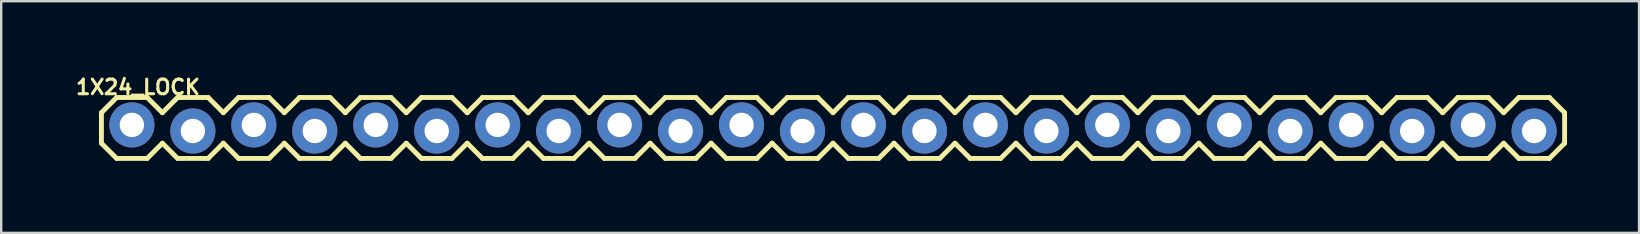
<source format=kicad_pcb>
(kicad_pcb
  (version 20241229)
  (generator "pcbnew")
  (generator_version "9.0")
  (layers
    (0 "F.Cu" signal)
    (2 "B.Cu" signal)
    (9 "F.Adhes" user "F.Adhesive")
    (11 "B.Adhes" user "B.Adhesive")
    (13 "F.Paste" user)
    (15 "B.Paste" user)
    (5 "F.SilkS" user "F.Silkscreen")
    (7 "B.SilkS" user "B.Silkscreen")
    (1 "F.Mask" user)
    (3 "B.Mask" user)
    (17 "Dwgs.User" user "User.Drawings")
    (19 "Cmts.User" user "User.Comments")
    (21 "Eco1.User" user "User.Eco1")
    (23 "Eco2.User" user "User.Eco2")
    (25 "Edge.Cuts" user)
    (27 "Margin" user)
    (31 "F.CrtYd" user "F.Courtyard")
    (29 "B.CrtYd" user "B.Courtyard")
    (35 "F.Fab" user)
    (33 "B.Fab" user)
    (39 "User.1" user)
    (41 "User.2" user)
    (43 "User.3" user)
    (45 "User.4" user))
  (footprint "1X24_LOCK"
    (layer "F.Cu")
    (at 29.115 2.281)
    (property "Reference" "1X24_LOCK" (at -26.416 -1.702 0) (layer "F.SilkS") (effects (font (size 0.61 0.61) (thickness 0.127))))
    (attr exclude_from_pos_files exclude_from_bom)
    (fp_line (start -27.94 -0.635) (end -27.94 0.635) (stroke (width 0.203) (type solid)) (layer "F.SilkS"))
    (fp_line (start -27.94 -0.635) (end -27.305 -1.27) (stroke (width 0.203) (type solid)) (layer "F.SilkS"))
    (fp_line (start -27.305 -1.27) (end -26.035 -1.27) (stroke (width 0.203) (type solid)) (layer "F.SilkS"))
    (fp_line (start -27.305 1.27) (end -27.94 0.635) (stroke (width 0.203) (type solid)) (layer "F.SilkS"))
    (fp_line (start -26.035 -1.27) (end -25.4 -0.635) (stroke (width 0.203) (type solid)) (layer "F.SilkS"))
    (fp_line (start -26.035 1.27) (end -27.305 1.27) (stroke (width 0.203) (type solid)) (layer "F.SilkS"))
    (fp_line (start -25.4 -0.635) (end -24.765 -1.27) (stroke (width 0.203) (type solid)) (layer "F.SilkS"))
    (fp_line (start -25.4 0.635) (end -26.035 1.27) (stroke (width 0.203) (type solid)) (layer "F.SilkS"))
    (fp_line (start -24.765 -1.27) (end -23.495 -1.27) (stroke (width 0.203) (type solid)) (layer "F.SilkS"))
    (fp_line (start -24.765 1.27) (end -25.4 0.635) (stroke (width 0.203) (type solid)) (layer "F.SilkS"))
    (fp_line (start -23.495 -1.27) (end -22.86 -0.635) (stroke (width 0.203) (type solid)) (layer "F.SilkS"))
    (fp_line (start -23.495 1.27) (end -24.765 1.27) (stroke (width 0.203) (type solid)) (layer "F.SilkS"))
    (fp_line (start -22.86 0.635) (end -23.495 1.27) (stroke (width 0.203) (type solid)) (layer "F.SilkS"))
    (fp_line (start -22.86 0.635) (end -22.225 1.27) (stroke (width 0.203) (type solid)) (layer "F.SilkS"))
    (fp_line (start -22.225 -1.27) (end -22.86 -0.635) (stroke (width 0.203) (type solid)) (layer "F.SilkS"))
    (fp_line (start -22.225 -1.27) (end -20.955 -1.27) (stroke (width 0.203) (type solid)) (layer "F.SilkS"))
    (fp_line (start -20.955 -1.27) (end -20.32 -0.635) (stroke (width 0.203) (type solid)) (layer "F.SilkS"))
    (fp_line (start -20.955 1.27) (end -22.225 1.27) (stroke (width 0.203) (type solid)) (layer "F.SilkS"))
    (fp_line (start -20.32 -0.635) (end -19.685 -1.27) (stroke (width 0.203) (type solid)) (layer "F.SilkS"))
    (fp_line (start -20.32 0.635) (end -20.955 1.27) (stroke (width 0.203) (type solid)) (layer "F.SilkS"))
    (fp_line (start -19.685 -1.27) (end -18.415 -1.27) (stroke (width 0.203) (type solid)) (layer "F.SilkS"))
    (fp_line (start -19.685 1.27) (end -20.32 0.635) (stroke (width 0.203) (type solid)) (layer "F.SilkS"))
    (fp_line (start -18.415 -1.27) (end -17.78 -0.635) (stroke (width 0.203) (type solid)) (layer "F.SilkS"))
    (fp_line (start -18.415 1.27) (end -19.685 1.27) (stroke (width 0.203) (type solid)) (layer "F.SilkS"))
    (fp_line (start -17.78 -0.635) (end -17.145 -1.27) (stroke (width 0.203) (type solid)) (layer "F.SilkS"))
    (fp_line (start -17.78 0.635) (end -18.415 1.27) (stroke (width 0.203) (type solid)) (layer "F.SilkS"))
    (fp_line (start -17.145 -1.27) (end -15.875 -1.27) (stroke (width 0.203) (type solid)) (layer "F.SilkS"))
    (fp_line (start -17.145 1.27) (end -17.78 0.635) (stroke (width 0.203) (type solid)) (layer "F.SilkS"))
    (fp_line (start -15.875 -1.27) (end -15.24 -0.635) (stroke (width 0.203) (type solid)) (layer "F.SilkS"))
    (fp_line (start -15.875 1.27) (end -17.145 1.27) (stroke (width 0.203) (type solid)) (layer "F.SilkS"))
    (fp_line (start -15.24 0.635) (end -15.875 1.27) (stroke (width 0.203) (type solid)) (layer "F.SilkS"))
    (fp_line (start -15.24 0.635) (end -14.605 1.27) (stroke (width 0.203) (type solid)) (layer "F.SilkS"))
    (fp_line (start -14.605 -1.27) (end -15.24 -0.635) (stroke (width 0.203) (type solid)) (layer "F.SilkS"))
    (fp_line (start -14.605 -1.27) (end -13.335 -1.27) (stroke (width 0.203) (type solid)) (layer "F.SilkS"))
    (fp_line (start -13.335 -1.27) (end -12.7 -0.635) (stroke (width 0.203) (type solid)) (layer "F.SilkS"))
    (fp_line (start -13.335 1.27) (end -14.605 1.27) (stroke (width 0.203) (type solid)) (layer "F.SilkS"))
    (fp_line (start -12.7 0.635) (end -13.335 1.27) (stroke (width 0.203) (type solid)) (layer "F.SilkS"))
    (fp_line (start -12.7 0.635) (end -12.065 1.27) (stroke (width 0.203) (type solid)) (layer "F.SilkS"))
    (fp_line (start -12.065 -1.27) (end -12.7 -0.635) (stroke (width 0.203) (type solid)) (layer "F.SilkS"))
    (fp_line (start -12.065 -1.27) (end -10.795 -1.27) (stroke (width 0.203) (type solid)) (layer "F.SilkS"))
    (fp_line (start -10.795 -1.27) (end -10.16 -0.635) (stroke (width 0.203) (type solid)) (layer "F.SilkS"))
    (fp_line (start -10.795 1.27) (end -12.065 1.27) (stroke (width 0.203) (type solid)) (layer "F.SilkS"))
    (fp_line (start -10.16 -0.635) (end -9.525 -1.27) (stroke (width 0.203) (type solid)) (layer "F.SilkS"))
    (fp_line (start -10.16 0.635) (end -10.795 1.27) (stroke (width 0.203) (type solid)) (layer "F.SilkS"))
    (fp_line (start -9.525 -1.27) (end -8.255 -1.27) (stroke (width 0.203) (type solid)) (layer "F.SilkS"))
    (fp_line (start -9.525 1.27) (end -10.16 0.635) (stroke (width 0.203) (type solid)) (layer "F.SilkS"))
    (fp_line (start -8.255 -1.27) (end -7.62 -0.635) (stroke (width 0.203) (type solid)) (layer "F.SilkS"))
    (fp_line (start -8.255 1.27) (end -9.525 1.27) (stroke (width 0.203) (type solid)) (layer "F.SilkS"))
    (fp_line (start -7.62 -0.635) (end -6.985 -1.27) (stroke (width 0.203) (type solid)) (layer "F.SilkS"))
    (fp_line (start -7.62 0.635) (end -8.255 1.27) (stroke (width 0.203) (type solid)) (layer "F.SilkS"))
    (fp_line (start -6.985 -1.27) (end -5.715 -1.27) (stroke (width 0.203) (type solid)) (layer "F.SilkS"))
    (fp_line (start -6.985 1.27) (end -7.62 0.635) (stroke (width 0.203) (type solid)) (layer "F.SilkS"))
    (fp_line (start -5.715 -1.27) (end -5.08 -0.635) (stroke (width 0.203) (type solid)) (layer "F.SilkS"))
    (fp_line (start -5.715 1.27) (end -6.985 1.27) (stroke (width 0.203) (type solid)) (layer "F.SilkS"))
    (fp_line (start -5.08 0.635) (end -5.715 1.27) (stroke (width 0.203) (type solid)) (layer "F.SilkS"))
    (fp_line (start -5.08 0.635) (end -4.445 1.27) (stroke (width 0.203) (type solid)) (layer "F.SilkS"))
    (fp_line (start -4.445 -1.27) (end -5.08 -0.635) (stroke (width 0.203) (type solid)) (layer "F.SilkS"))
    (fp_line (start -4.445 -1.27) (end -3.175 -1.27) (stroke (width 0.203) (type solid)) (layer "F.SilkS"))
    (fp_line (start -3.175 -1.27) (end -2.54 -0.635) (stroke (width 0.203) (type solid)) (layer "F.SilkS"))
    (fp_line (start -3.175 1.27) (end -4.445 1.27) (stroke (width 0.203) (type solid)) (layer "F.SilkS"))
    (fp_line (start -2.54 -0.635) (end -1.905 -1.27) (stroke (width 0.203) (type solid)) (layer "F.SilkS"))
    (fp_line (start -2.54 0.635) (end -3.175 1.27) (stroke (width 0.203) (type solid)) (layer "F.SilkS"))
    (fp_line (start -1.905 -1.27) (end -0.635 -1.27) (stroke (width 0.203) (type solid)) (layer "F.SilkS"))
    (fp_line (start -1.905 1.27) (end -2.54 0.635) (stroke (width 0.203) (type solid)) (layer "F.SilkS"))
    (fp_line (start -0.635 -1.27) (end 0 -0.635) (stroke (width 0.203) (type solid)) (layer "F.SilkS"))
    (fp_line (start -0.635 1.27) (end -1.905 1.27) (stroke (width 0.203) (type solid)) (layer "F.SilkS"))
    (fp_line (start 0 -0.635) (end 0.635 -1.27) (stroke (width 0.203) (type solid)) (layer "F.SilkS"))
    (fp_line (start 0 0.635) (end -0.635 1.27) (stroke (width 0.203) (type solid)) (layer "F.SilkS"))
    (fp_line (start 0.635 -1.27) (end 1.905 -1.27) (stroke (width 0.203) (type solid)) (layer "F.SilkS"))
    (fp_line (start 0.635 1.27) (end 0 0.635) (stroke (width 0.203) (type solid)) (layer "F.SilkS"))
    (fp_line (start 1.905 -1.27) (end 2.54 -0.635) (stroke (width 0.203) (type solid)) (layer "F.SilkS"))
    (fp_line (start 1.905 1.27) (end 0.635 1.27) (stroke (width 0.203) (type solid)) (layer "F.SilkS"))
    (fp_line (start 2.54 0.635) (end 1.905 1.27) (stroke (width 0.203) (type solid)) (layer "F.SilkS"))
    (fp_line (start 2.54 0.635) (end 3.175 1.27) (stroke (width 0.203) (type solid)) (layer "F.SilkS"))
    (fp_line (start 3.175 -1.27) (end 2.54 -0.635) (stroke (width 0.203) (type solid)) (layer "F.SilkS"))
    (fp_line (start 3.175 -1.27) (end 4.445 -1.27) (stroke (width 0.203) (type solid)) (layer "F.SilkS"))
    (fp_line (start 4.445 -1.27) (end 5.08 -0.635) (stroke (width 0.203) (type solid)) (layer "F.SilkS"))
    (fp_line (start 4.445 1.27) (end 3.175 1.27) (stroke (width 0.203) (type solid)) (layer "F.SilkS"))
    (fp_line (start 5.08 0.635) (end 4.445 1.27) (stroke (width 0.203) (type solid)) (layer "F.SilkS"))
    (fp_line (start 5.08 0.635) (end 5.715 1.27) (stroke (width 0.203) (type solid)) (layer "F.SilkS"))
    (fp_line (start 5.715 -1.27) (end 5.08 -0.635) (stroke (width 0.203) (type solid)) (layer "F.SilkS"))
    (fp_line (start 5.715 -1.27) (end 6.985 -1.27) (stroke (width 0.203) (type solid)) (layer "F.SilkS"))
    (fp_line (start 6.985 -1.27) (end 7.62 -0.635) (stroke (width 0.203) (type solid)) (layer "F.SilkS"))
    (fp_line (start 6.985 1.27) (end 5.715 1.27) (stroke (width 0.203) (type solid)) (layer "F.SilkS"))
    (fp_line (start 7.62 0.635) (end 6.985 1.27) (stroke (width 0.203) (type solid)) (layer "F.SilkS"))
    (fp_line (start 7.62 0.635) (end 8.255 1.27) (stroke (width 0.203) (type solid)) (layer "F.SilkS"))
    (fp_line (start 8.255 -1.27) (end 7.62 -0.635) (stroke (width 0.203) (type solid)) (layer "F.SilkS"))
    (fp_line (start 8.255 -1.27) (end 9.525 -1.27) (stroke (width 0.203) (type solid)) (layer "F.SilkS"))
    (fp_line (start 9.525 -1.27) (end 10.16 -0.635) (stroke (width 0.203) (type solid)) (layer "F.SilkS"))
    (fp_line (start 9.525 1.27) (end 8.255 1.27) (stroke (width 0.203) (type solid)) (layer "F.SilkS"))
    (fp_line (start 10.16 0.635) (end 9.525 1.27) (stroke (width 0.203) (type solid)) (layer "F.SilkS"))
    (fp_line (start 10.16 0.635) (end 10.795 1.27) (stroke (width 0.203) (type solid)) (layer "F.SilkS"))
    (fp_line (start 10.795 -1.27) (end 10.16 -0.635) (stroke (width 0.203) (type solid)) (layer "F.SilkS"))
    (fp_line (start 10.795 -1.27) (end 12.065 -1.27) (stroke (width 0.203) (type solid)) (layer "F.SilkS"))
    (fp_line (start 12.065 -1.27) (end 12.7 -0.635) (stroke (width 0.203) (type solid)) (layer "F.SilkS"))
    (fp_line (start 12.065 1.27) (end 10.795 1.27) (stroke (width 0.203) (type solid)) (layer "F.SilkS"))
    (fp_line (start 12.7 0.635) (end 12.065 1.27) (stroke (width 0.203) (type solid)) (layer "F.SilkS"))
    (fp_line (start 12.7 0.635) (end 13.335 1.27) (stroke (width 0.203) (type solid)) (layer "F.SilkS"))
    (fp_line (start 13.335 -1.27) (end 12.7 -0.635) (stroke (width 0.203) (type solid)) (layer "F.SilkS"))
    (fp_line (start 13.335 -1.27) (end 14.605 -1.27) (stroke (width 0.203) (type solid)) (layer "F.SilkS"))
    (fp_line (start 14.605 -1.27) (end 15.24 -0.635) (stroke (width 0.203) (type solid)) (layer "F.SilkS"))
    (fp_line (start 14.605 1.27) (end 13.335 1.27) (stroke (width 0.203) (type solid)) (layer "F.SilkS"))
    (fp_line (start 15.24 0.635) (end 14.605 1.27) (stroke (width 0.203) (type solid)) (layer "F.SilkS"))
    (fp_line (start 15.24 0.635) (end 15.875 1.27) (stroke (width 0.203) (type solid)) (layer "F.SilkS"))
    (fp_line (start 15.875 -1.27) (end 15.24 -0.635) (stroke (width 0.203) (type solid)) (layer "F.SilkS"))
    (fp_line (start 15.875 -1.27) (end 17.145 -1.27) (stroke (width 0.203) (type solid)) (layer "F.SilkS"))
    (fp_line (start 17.145 -1.27) (end 17.78 -0.635) (stroke (width 0.203) (type solid)) (layer "F.SilkS"))
    (fp_line (start 17.145 1.27) (end 15.875 1.27) (stroke (width 0.203) (type solid)) (layer "F.SilkS"))
    (fp_line (start 17.78 0.635) (end 17.145 1.27) (stroke (width 0.203) (type solid)) (layer "F.SilkS"))
    (fp_line (start 17.78 0.635) (end 18.415 1.27) (stroke (width 0.203) (type solid)) (layer "F.SilkS"))
    (fp_line (start 18.415 -1.27) (end 17.78 -0.635) (stroke (width 0.203) (type solid)) (layer "F.SilkS"))
    (fp_line (start 18.415 -1.27) (end 19.685 -1.27) (stroke (width 0.203) (type solid)) (layer "F.SilkS"))
    (fp_line (start 19.685 -1.27) (end 20.32 -0.635) (stroke (width 0.203) (type solid)) (layer "F.SilkS"))
    (fp_line (start 19.685 1.27) (end 18.415 1.27) (stroke (width 0.203) (type solid)) (layer "F.SilkS"))
    (fp_line (start 20.32 0.635) (end 19.685 1.27) (stroke (width 0.203) (type solid)) (layer "F.SilkS"))
    (fp_line (start 20.32 0.635) (end 20.955 1.27) (stroke (width 0.203) (type solid)) (layer "F.SilkS"))
    (fp_line (start 20.955 -1.27) (end 20.32 -0.635) (stroke (width 0.203) (type solid)) (layer "F.SilkS"))
    (fp_line (start 20.955 -1.27) (end 22.225 -1.27) (stroke (width 0.203) (type solid)) (layer "F.SilkS"))
    (fp_line (start 22.225 -1.27) (end 22.86 -0.635) (stroke (width 0.203) (type solid)) (layer "F.SilkS"))
    (fp_line (start 22.225 1.27) (end 20.955 1.27) (stroke (width 0.203) (type solid)) (layer "F.SilkS"))
    (fp_line (start 22.86 0.635) (end 22.225 1.27) (stroke (width 0.203) (type solid)) (layer "F.SilkS"))
    (fp_line (start 22.86 0.635) (end 23.495 1.27) (stroke (width 0.203) (type solid)) (layer "F.SilkS"))
    (fp_line (start 23.495 -1.27) (end 22.86 -0.635) (stroke (width 0.203) (type solid)) (layer "F.SilkS"))
    (fp_line (start 23.495 -1.27) (end 24.765 -1.27) (stroke (width 0.203) (type solid)) (layer "F.SilkS"))
    (fp_line (start 24.765 -1.27) (end 25.4 -0.635) (stroke (width 0.203) (type solid)) (layer "F.SilkS"))
    (fp_line (start 24.765 1.27) (end 23.495 1.27) (stroke (width 0.203) (type solid)) (layer "F.SilkS"))
    (fp_line (start 25.4 0.635) (end 24.765 1.27) (stroke (width 0.203) (type solid)) (layer "F.SilkS"))
    (fp_line (start 25.4 0.635) (end 26.035 1.27) (stroke (width 0.203) (type solid)) (layer "F.SilkS"))
    (fp_line (start 26.035 -1.27) (end 25.4 -0.635) (stroke (width 0.203) (type solid)) (layer "F.SilkS"))
    (fp_line (start 26.035 -1.27) (end 27.305 -1.27) (stroke (width 0.203) (type solid)) (layer "F.SilkS"))
    (fp_line (start 27.305 -1.27) (end 27.94 -0.635) (stroke (width 0.203) (type solid)) (layer "F.SilkS"))
    (fp_line (start 27.305 1.27) (end 26.035 1.27) (stroke (width 0.203) (type solid)) (layer "F.SilkS"))
    (fp_line (start 27.94 0.635) (end 27.305 1.27) (stroke (width 0.203) (type solid)) (layer "F.SilkS"))
    (fp_line (start 27.94 0.635) (end 28.575 1.27) (stroke (width 0.203) (type solid)) (layer "F.SilkS"))
    (fp_line (start 28.575 -1.27) (end 27.94 -0.635) (stroke (width 0.203) (type solid)) (layer "F.SilkS"))
    (fp_line (start 28.575 -1.27) (end 29.845 -1.27) (stroke (width 0.203) (type solid)) (layer "F.SilkS"))
    (fp_line (start 29.845 -1.27) (end 30.48 -0.635) (stroke (width 0.203) (type solid)) (layer "F.SilkS"))
    (fp_line (start 29.845 1.27) (end 28.575 1.27) (stroke (width 0.203) (type solid)) (layer "F.SilkS"))
    (fp_line (start 30.48 0.635) (end 29.845 1.27) (stroke (width 0.203) (type solid)) (layer "F.SilkS"))
    (fp_line (start 30.48 0.635) (end 31.115 1.27) (stroke (width 0.203) (type solid)) (layer "F.SilkS"))
    (fp_line (start 31.115 -1.27) (end 30.48 -0.635) (stroke (width 0.203) (type solid)) (layer "F.SilkS"))
    (fp_line (start 31.115 -1.27) (end 32.385 -1.27) (stroke (width 0.203) (type solid)) (layer "F.SilkS"))
    (fp_line (start 32.385 -1.27) (end 33.02 -0.635) (stroke (width 0.203) (type solid)) (layer "F.SilkS"))
    (fp_line (start 32.385 1.27) (end 31.115 1.27) (stroke (width 0.203) (type solid)) (layer "F.SilkS"))
    (fp_line (start 33.02 -0.635) (end 33.02 0.635) (stroke (width 0.203) (type solid)) (layer "F.SilkS"))
    (fp_line (start 33.02 0.635) (end 32.385 1.27) (stroke (width 0.203) (type solid)) (layer "F.SilkS"))
    (fp_line (start -26.924 -0.254) (end -26.416 -0.254) (stroke (width 0.066) (type solid)) (layer "Dwgs.User"))
    (fp_line (start -26.924 0.254) (end -26.924 -0.254) (stroke (width 0.066) (type solid)) (layer "Dwgs.User"))
    (fp_line (start -26.924 0.254) (end -26.416 0.254) (stroke (width 0.066) (type solid)) (layer "Dwgs.User"))
    (fp_line (start -26.416 0.254) (end -26.416 -0.254) (stroke (width 0.066) (type solid)) (layer "Dwgs.User"))
    (fp_line (start -24.384 -0.254) (end -23.876 -0.254) (stroke (width 0.066) (type solid)) (layer "Dwgs.User"))
    (fp_line (start -24.384 0.254) (end -24.384 -0.254) (stroke (width 0.066) (type solid)) (layer "Dwgs.User"))
    (fp_line (start -24.384 0.254) (end -23.876 0.254) (stroke (width 0.066) (type solid)) (layer "Dwgs.User"))
    (fp_line (start -23.876 0.254) (end -23.876 -0.254) (stroke (width 0.066) (type solid)) (layer "Dwgs.User"))
    (fp_line (start -21.844 -0.254) (end -21.336 -0.254) (stroke (width 0.066) (type solid)) (layer "Dwgs.User"))
    (fp_line (start -21.844 0.254) (end -21.844 -0.254) (stroke (width 0.066) (type solid)) (layer "Dwgs.User"))
    (fp_line (start -21.844 0.254) (end -21.336 0.254) (stroke (width 0.066) (type solid)) (layer "Dwgs.User"))
    (fp_line (start -21.336 0.254) (end -21.336 -0.254) (stroke (width 0.066) (type solid)) (layer "Dwgs.User"))
    (fp_line (start -19.304 -0.254) (end -18.796 -0.254) (stroke (width 0.066) (type solid)) (layer "Dwgs.User"))
    (fp_line (start -19.304 0.254) (end -19.304 -0.254) (stroke (width 0.066) (type solid)) (layer "Dwgs.User"))
    (fp_line (start -19.304 0.254) (end -18.796 0.254) (stroke (width 0.066) (type solid)) (layer "Dwgs.User"))
    (fp_line (start -18.796 0.254) (end -18.796 -0.254) (stroke (width 0.066) (type solid)) (layer "Dwgs.User"))
    (fp_line (start -16.764 -0.254) (end -16.256 -0.254) (stroke (width 0.066) (type solid)) (layer "Dwgs.User"))
    (fp_line (start -16.764 0.254) (end -16.764 -0.254) (stroke (width 0.066) (type solid)) (layer "Dwgs.User"))
    (fp_line (start -16.764 0.254) (end -16.256 0.254) (stroke (width 0.066) (type solid)) (layer "Dwgs.User"))
    (fp_line (start -16.256 0.254) (end -16.256 -0.254) (stroke (width 0.066) (type solid)) (layer "Dwgs.User"))
    (fp_line (start -14.224 -0.254) (end -13.716 -0.254) (stroke (width 0.066) (type solid)) (layer "Dwgs.User"))
    (fp_line (start -14.224 0.254) (end -14.224 -0.254) (stroke (width 0.066) (type solid)) (layer "Dwgs.User"))
    (fp_line (start -14.224 0.254) (end -13.716 0.254) (stroke (width 0.066) (type solid)) (layer "Dwgs.User"))
    (fp_line (start -13.716 0.254) (end -13.716 -0.254) (stroke (width 0.066) (type solid)) (layer "Dwgs.User"))
    (fp_line (start -11.684 -0.254) (end -11.176 -0.254) (stroke (width 0.066) (type solid)) (layer "Dwgs.User"))
    (fp_line (start -11.684 0.254) (end -11.684 -0.254) (stroke (width 0.066) (type solid)) (layer "Dwgs.User"))
    (fp_line (start -11.684 0.254) (end -11.176 0.254) (stroke (width 0.066) (type solid)) (layer "Dwgs.User"))
    (fp_line (start -11.176 0.254) (end -11.176 -0.254) (stroke (width 0.066) (type solid)) (layer "Dwgs.User"))
    (fp_line (start -9.144 -0.254) (end -8.636 -0.254) (stroke (width 0.066) (type solid)) (layer "Dwgs.User"))
    (fp_line (start -9.144 0.254) (end -9.144 -0.254) (stroke (width 0.066) (type solid)) (layer "Dwgs.User"))
    (fp_line (start -9.144 0.254) (end -8.636 0.254) (stroke (width 0.066) (type solid)) (layer "Dwgs.User"))
    (fp_line (start -8.636 0.254) (end -8.636 -0.254) (stroke (width 0.066) (type solid)) (layer "Dwgs.User"))
    (fp_line (start -6.604 -0.254) (end -6.096 -0.254) (stroke (width 0.066) (type solid)) (layer "Dwgs.User"))
    (fp_line (start -6.604 0.254) (end -6.604 -0.254) (stroke (width 0.066) (type solid)) (layer "Dwgs.User"))
    (fp_line (start -6.604 0.254) (end -6.096 0.254) (stroke (width 0.066) (type solid)) (layer "Dwgs.User"))
    (fp_line (start -6.096 0.254) (end -6.096 -0.254) (stroke (width 0.066) (type solid)) (layer "Dwgs.User"))
    (fp_line (start -4.064 -0.254) (end -3.556 -0.254) (stroke (width 0.066) (type solid)) (layer "Dwgs.User"))
    (fp_line (start -4.064 0.254) (end -4.064 -0.254) (stroke (width 0.066) (type solid)) (layer "Dwgs.User"))
    (fp_line (start -4.064 0.254) (end -3.556 0.254) (stroke (width 0.066) (type solid)) (layer "Dwgs.User"))
    (fp_line (start -3.556 0.254) (end -3.556 -0.254) (stroke (width 0.066) (type solid)) (layer "Dwgs.User"))
    (fp_line (start -1.524 -0.254) (end -1.016 -0.254) (stroke (width 0.066) (type solid)) (layer "Dwgs.User"))
    (fp_line (start -1.524 0.254) (end -1.524 -0.254) (stroke (width 0.066) (type solid)) (layer "Dwgs.User"))
    (fp_line (start -1.524 0.254) (end -1.016 0.254) (stroke (width 0.066) (type solid)) (layer "Dwgs.User"))
    (fp_line (start -1.016 0.254) (end -1.016 -0.254) (stroke (width 0.066) (type solid)) (layer "Dwgs.User"))
    (fp_line (start 1.016 -0.254) (end 1.524 -0.254) (stroke (width 0.066) (type solid)) (layer "Dwgs.User"))
    (fp_line (start 1.016 0.254) (end 1.016 -0.254) (stroke (width 0.066) (type solid)) (layer "Dwgs.User"))
    (fp_line (start 1.016 0.254) (end 1.524 0.254) (stroke (width 0.066) (type solid)) (layer "Dwgs.User"))
    (fp_line (start 1.524 0.254) (end 1.524 -0.254) (stroke (width 0.066) (type solid)) (layer "Dwgs.User"))
    (fp_line (start 3.556 -0.254) (end 4.064 -0.254) (stroke (width 0.066) (type solid)) (layer "Dwgs.User"))
    (fp_line (start 3.556 0.254) (end 3.556 -0.254) (stroke (width 0.066) (type solid)) (layer "Dwgs.User"))
    (fp_line (start 3.556 0.254) (end 4.064 0.254) (stroke (width 0.066) (type solid)) (layer "Dwgs.User"))
    (fp_line (start 4.064 0.254) (end 4.064 -0.254) (stroke (width 0.066) (type solid)) (layer "Dwgs.User"))
    (fp_line (start 6.096 -0.254) (end 6.604 -0.254) (stroke (width 0.066) (type solid)) (layer "Dwgs.User"))
    (fp_line (start 6.096 0.254) (end 6.096 -0.254) (stroke (width 0.066) (type solid)) (layer "Dwgs.User"))
    (fp_line (start 6.096 0.254) (end 6.604 0.254) (stroke (width 0.066) (type solid)) (layer "Dwgs.User"))
    (fp_line (start 6.604 0.254) (end 6.604 -0.254) (stroke (width 0.066) (type solid)) (layer "Dwgs.User"))
    (fp_line (start 8.636 -0.254) (end 9.144 -0.254) (stroke (width 0.066) (type solid)) (layer "Dwgs.User"))
    (fp_line (start 8.636 0.254) (end 8.636 -0.254) (stroke (width 0.066) (type solid)) (layer "Dwgs.User"))
    (fp_line (start 8.636 0.254) (end 9.144 0.254) (stroke (width 0.066) (type solid)) (layer "Dwgs.User"))
    (fp_line (start 9.144 0.254) (end 9.144 -0.254) (stroke (width 0.066) (type solid)) (layer "Dwgs.User"))
    (fp_line (start 11.176 -0.254) (end 11.684 -0.254) (stroke (width 0.066) (type solid)) (layer "Dwgs.User"))
    (fp_line (start 11.176 0.254) (end 11.176 -0.254) (stroke (width 0.066) (type solid)) (layer "Dwgs.User"))
    (fp_line (start 11.176 0.254) (end 11.684 0.254) (stroke (width 0.066) (type solid)) (layer "Dwgs.User"))
    (fp_line (start 11.684 0.254) (end 11.684 -0.254) (stroke (width 0.066) (type solid)) (layer "Dwgs.User"))
    (fp_line (start 13.716 -0.254) (end 14.224 -0.254) (stroke (width 0.066) (type solid)) (layer "Dwgs.User"))
    (fp_line (start 13.716 0.254) (end 13.716 -0.254) (stroke (width 0.066) (type solid)) (layer "Dwgs.User"))
    (fp_line (start 13.716 0.254) (end 14.224 0.254) (stroke (width 0.066) (type solid)) (layer "Dwgs.User"))
    (fp_line (start 14.224 0.254) (end 14.224 -0.254) (stroke (width 0.066) (type solid)) (layer "Dwgs.User"))
    (fp_line (start 16.256 -0.254) (end 16.764 -0.254) (stroke (width 0.066) (type solid)) (layer "Dwgs.User"))
    (fp_line (start 16.256 0.254) (end 16.256 -0.254) (stroke (width 0.066) (type solid)) (layer "Dwgs.User"))
    (fp_line (start 16.256 0.254) (end 16.764 0.254) (stroke (width 0.066) (type solid)) (layer "Dwgs.User"))
    (fp_line (start 16.764 0.254) (end 16.764 -0.254) (stroke (width 0.066) (type solid)) (layer "Dwgs.User"))
    (fp_line (start 18.796 -0.254) (end 19.304 -0.254) (stroke (width 0.066) (type solid)) (layer "Dwgs.User"))
    (fp_line (start 18.796 0.254) (end 18.796 -0.254) (stroke (width 0.066) (type solid)) (layer "Dwgs.User"))
    (fp_line (start 18.796 0.254) (end 19.304 0.254) (stroke (width 0.066) (type solid)) (layer "Dwgs.User"))
    (fp_line (start 19.304 0.254) (end 19.304 -0.254) (stroke (width 0.066) (type solid)) (layer "Dwgs.User"))
    (fp_line (start 21.336 -0.254) (end 21.844 -0.254) (stroke (width 0.066) (type solid)) (layer "Dwgs.User"))
    (fp_line (start 21.336 0.254) (end 21.336 -0.254) (stroke (width 0.066) (type solid)) (layer "Dwgs.User"))
    (fp_line (start 21.336 0.254) (end 21.844 0.254) (stroke (width 0.066) (type solid)) (layer "Dwgs.User"))
    (fp_line (start 21.844 0.254) (end 21.844 -0.254) (stroke (width 0.066) (type solid)) (layer "Dwgs.User"))
    (fp_line (start 23.876 -0.254) (end 24.384 -0.254) (stroke (width 0.066) (type solid)) (layer "Dwgs.User"))
    (fp_line (start 23.876 0.254) (end 23.876 -0.254) (stroke (width 0.066) (type solid)) (layer "Dwgs.User"))
    (fp_line (start 23.876 0.254) (end 24.384 0.254) (stroke (width 0.066) (type solid)) (layer "Dwgs.User"))
    (fp_line (start 24.384 0.254) (end 24.384 -0.254) (stroke (width 0.066) (type solid)) (layer "Dwgs.User"))
    (fp_line (start 26.416 -0.254) (end 26.924 -0.254) (stroke (width 0.066) (type solid)) (layer "Dwgs.User"))
    (fp_line (start 26.416 0.254) (end 26.416 -0.254) (stroke (width 0.066) (type solid)) (layer "Dwgs.User"))
    (fp_line (start 26.416 0.254) (end 26.924 0.254) (stroke (width 0.066) (type solid)) (layer "Dwgs.User"))
    (fp_line (start 26.924 0.254) (end 26.924 -0.254) (stroke (width 0.066) (type solid)) (layer "Dwgs.User"))
    (fp_line (start 28.953 -0.254) (end 29.464 -0.254) (stroke (width 0.066) (type solid)) (layer "Dwgs.User"))
    (fp_line (start 28.953 0.254) (end 28.953 -0.254) (stroke (width 0.066) (type solid)) (layer "Dwgs.User"))
    (fp_line (start 28.953 0.254) (end 29.464 0.254) (stroke (width 0.066) (type solid)) (layer "Dwgs.User"))
    (fp_line (start 29.464 0.254) (end 29.464 -0.254) (stroke (width 0.066) (type solid)) (layer "Dwgs.User"))
    (fp_line (start 31.496 -0.254) (end 32.004 -0.254) (stroke (width 0.066) (type solid)) (layer "Dwgs.User"))
    (fp_line (start 31.496 0.254) (end 31.496 -0.254) (stroke (width 0.066) (type solid)) (layer "Dwgs.User"))
    (fp_line (start 31.496 0.254) (end 32.004 0.254) (stroke (width 0.066) (type solid)) (layer "Dwgs.User"))
    (fp_line (start 32.004 0.254) (end 32.004 -0.254) (stroke (width 0.066) (type solid)) (layer "Dwgs.User"))
    (pad "2" thru_hole circle (at -26.67 -0.127) (size 1.88 1.88) (drill 1.016) (layers "*.Cu" "*.Paste" "*.Mask"))
    (pad "3" thru_hole circle (at -24.13 0.127) (size 1.88 1.88) (drill 1.016) (layers "*.Cu" "*.Paste" "*.Mask"))
    (pad "4" thru_hole circle (at -21.59 -0.127) (size 1.88 1.88) (drill 1.016) (layers "*.Cu" "*.Paste" "*.Mask"))
    (pad "5" thru_hole circle (at -19.05 0.127) (size 1.88 1.88) (drill 1.016) (layers "*.Cu" "*.Paste" "*.Mask"))
    (pad "6" thru_hole circle (at -16.51 -0.127) (size 1.88 1.88) (drill 1.016) (layers "*.Cu" "*.Paste" "*.Mask"))
    (pad "7" thru_hole circle (at -13.97 0.127) (size 1.88 1.88) (drill 1.016) (layers "*.Cu" "*.Paste" "*.Mask"))
    (pad "8" thru_hole circle (at -11.43 -0.127) (size 1.88 1.88) (drill 1.016) (layers "*.Cu" "*.Paste" "*.Mask"))
    (pad "9" thru_hole circle (at -8.89 0.127) (size 1.88 1.88) (drill 1.016) (layers "*.Cu" "*.Paste" "*.Mask"))
    (pad "10" thru_hole circle (at -6.35 -0.127) (size 1.88 1.88) (drill 1.016) (layers "*.Cu" "*.Paste" "*.Mask"))
    (pad "11" thru_hole circle (at -3.81 0.127) (size 1.88 1.88) (drill 1.016) (layers "*.Cu" "*.Paste" "*.Mask"))
    (pad "12" thru_hole circle (at -1.27 -0.127) (size 1.88 1.88) (drill 1.016) (layers "*.Cu" "*.Paste" "*.Mask"))
    (pad "13" thru_hole circle (at 1.27 0.127) (size 1.88 1.88) (drill 1.016) (layers "*.Cu" "*.Paste" "*.Mask"))
    (pad "14" thru_hole circle (at 3.81 -0.127) (size 1.88 1.88) (drill 1.016) (layers "*.Cu" "*.Paste" "*.Mask"))
    (pad "15" thru_hole circle (at 6.35 0.127) (size 1.88 1.88) (drill 1.016) (layers "*.Cu" "*.Paste" "*.Mask"))
    (pad "16" thru_hole circle (at 8.89 -0.127) (size 1.88 1.88) (drill 1.016) (layers "*.Cu" "*.Paste" "*.Mask"))
    (pad "17" thru_hole circle (at 11.43 0.127) (size 1.88 1.88) (drill 1.016) (layers "*.Cu" "*.Paste" "*.Mask"))
    (pad "18" thru_hole circle (at 13.97 -0.127) (size 1.88 1.88) (drill 1.016) (layers "*.Cu" "*.Paste" "*.Mask"))
    (pad "19" thru_hole circle (at 16.51 0.127) (size 1.88 1.88) (drill 1.016) (layers "*.Cu" "*.Paste" "*.Mask"))
    (pad "20" thru_hole circle (at 19.05 -0.127) (size 1.88 1.88) (drill 1.016) (layers "*.Cu" "*.Paste" "*.Mask"))
    (pad "21" thru_hole circle (at 21.59 0.127) (size 1.88 1.88) (drill 1.016) (layers "*.Cu" "*.Paste" "*.Mask"))
    (pad "22" thru_hole circle (at 24.13 -0.127) (size 1.88 1.88) (drill 1.016) (layers "*.Cu" "*.Paste" "*.Mask"))
    (pad "23" thru_hole circle (at 26.67 0.127) (size 1.88 1.88) (drill 1.016) (layers "*.Cu" "*.Paste" "*.Mask"))
    (pad "24" thru_hole circle (at 29.21 -0.127) (size 1.88 1.88) (drill 1.016) (layers "*.Cu" "*.Paste" "*.Mask"))
    (pad "25" thru_hole circle (at 31.75 0.127) (size 1.88 1.88) (drill 1.016) (layers "*.Cu" "*.Paste" "*.Mask")))
  (gr_rect
    (start -3 -3)
    (end 65.236 6.653)
    (stroke (width 0.1) (type default))
    (fill no)
    (layer "Edge.Cuts")))
</source>
